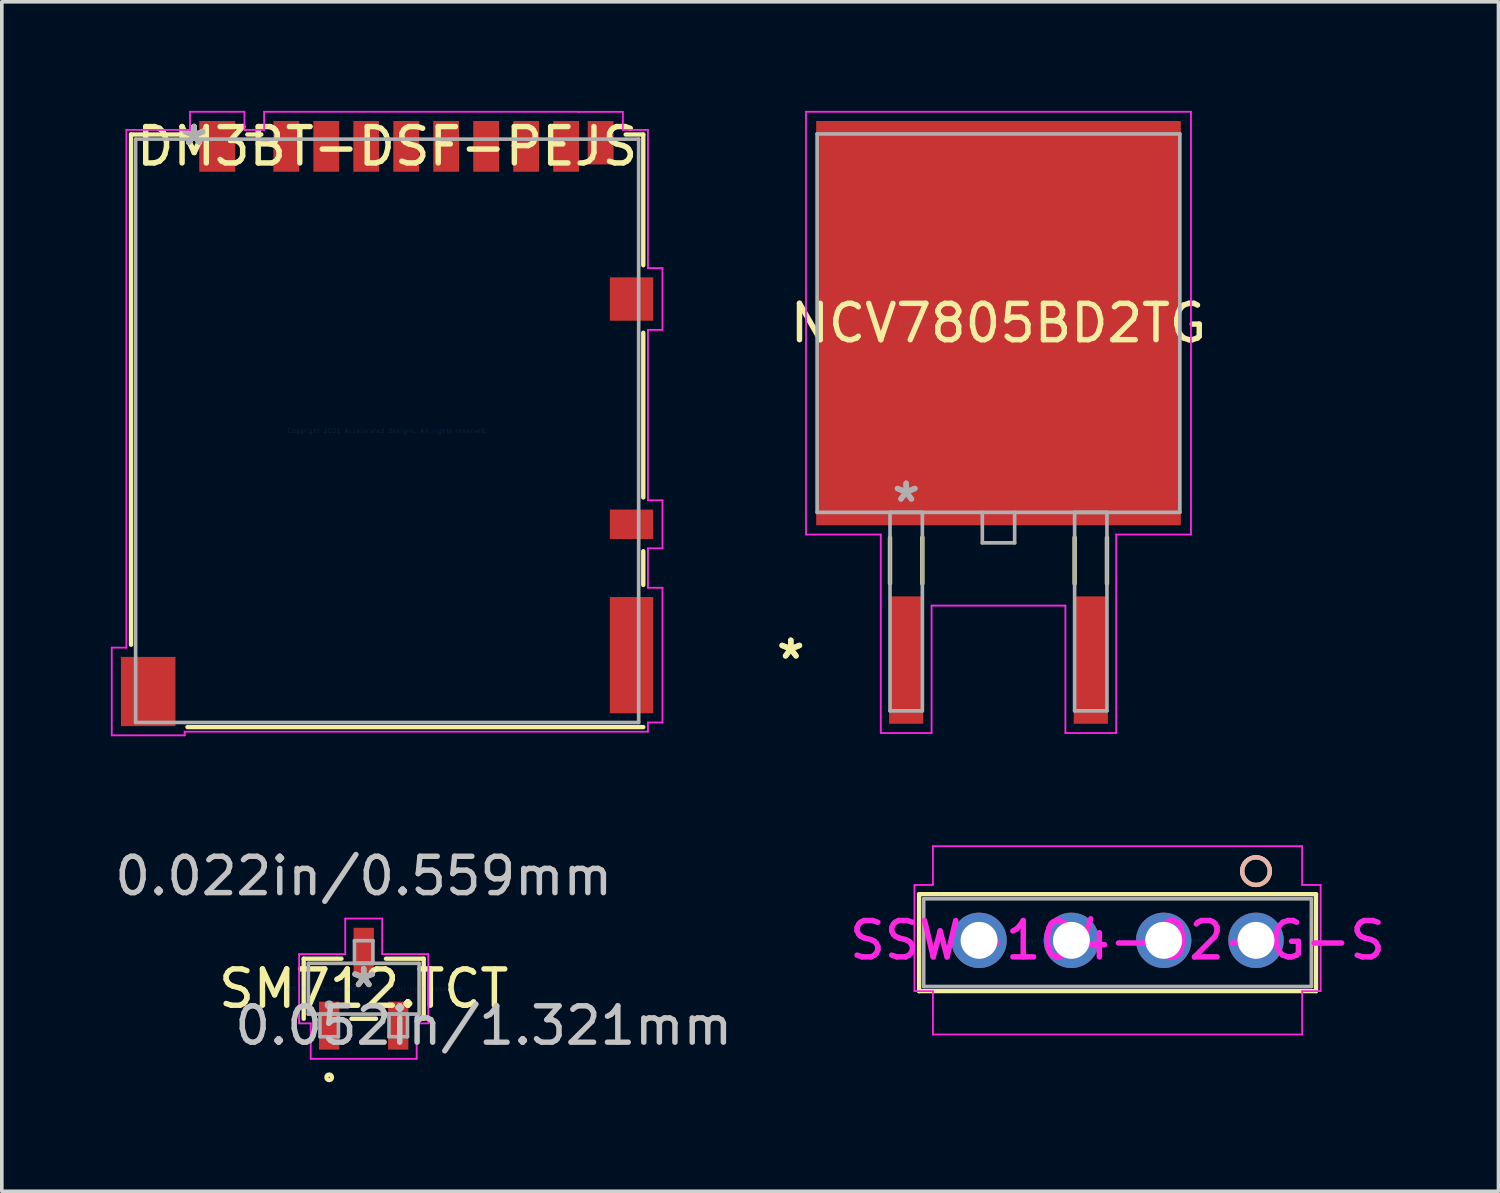
<source format=kicad_pcb>
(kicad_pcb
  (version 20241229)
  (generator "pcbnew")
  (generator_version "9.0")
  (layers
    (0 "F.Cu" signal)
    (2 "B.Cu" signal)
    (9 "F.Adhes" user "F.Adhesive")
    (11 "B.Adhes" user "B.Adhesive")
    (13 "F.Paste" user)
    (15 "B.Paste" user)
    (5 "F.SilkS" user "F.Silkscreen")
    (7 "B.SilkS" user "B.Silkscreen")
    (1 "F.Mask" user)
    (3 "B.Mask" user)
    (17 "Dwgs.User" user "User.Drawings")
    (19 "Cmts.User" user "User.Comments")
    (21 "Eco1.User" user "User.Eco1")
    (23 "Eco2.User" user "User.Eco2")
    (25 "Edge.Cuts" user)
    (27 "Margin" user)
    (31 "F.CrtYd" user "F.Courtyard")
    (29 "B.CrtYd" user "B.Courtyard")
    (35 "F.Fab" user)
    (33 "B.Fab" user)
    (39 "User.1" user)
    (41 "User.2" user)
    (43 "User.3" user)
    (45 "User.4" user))
  (footprint "SM712.TCT"
    (layer "F.Cu")
    (at 6.958 24.156)
    (property "Reference" "SM712.TCT" (at 0 0 0) (layer "F.SilkS") (effects (font (size 1 1) (thickness 0.15))))
    (attr through_hole)
    (fp_line (start -1.651 -0.826) (end -1.651 0.826) (stroke (width 0.12) (type solid)) (layer "F.SilkS"))
    (fp_line (start -0.612 -0.826) (end -1.651 -0.826) (stroke (width 0.12) (type solid)) (layer "F.SilkS"))
    (fp_line (start -0.338 0.826) (end 0.338 0.826) (stroke (width 0.12) (type solid)) (layer "F.SilkS"))
    (fp_line (start 1.651 -0.826) (end 0.612 -0.826) (stroke (width 0.12) (type solid)) (layer "F.SilkS"))
    (fp_line (start 1.651 0.826) (end 1.651 -0.826) (stroke (width 0.12) (type solid)) (layer "F.SilkS"))
    (fp_circle (center -0.95 2.438) (end -0.874 2.438) (stroke (width 0.12) (type solid)) (fill no) (layer "F.SilkS"))
    (fp_line (start -1.778 -0.953) (end -0.508 -0.953) (stroke (width 0.05) (type solid)) (layer "F.CrtYd"))
    (fp_line (start -1.778 0.953) (end -1.778 -0.953) (stroke (width 0.05) (type solid)) (layer "F.CrtYd"))
    (fp_line (start -1.458 0.953) (end -1.778 0.953) (stroke (width 0.05) (type solid)) (layer "F.CrtYd"))
    (fp_line (start -1.458 1.93) (end -1.458 0.953) (stroke (width 0.05) (type solid)) (layer "F.CrtYd"))
    (fp_line (start -0.508 -1.93) (end 0.508 -1.93) (stroke (width 0.05) (type solid)) (layer "F.CrtYd"))
    (fp_line (start -0.508 -0.953) (end -0.508 -1.93) (stroke (width 0.05) (type solid)) (layer "F.CrtYd"))
    (fp_line (start 0.508 -1.93) (end 0.508 -0.953) (stroke (width 0.05) (type solid)) (layer "F.CrtYd"))
    (fp_line (start 0.508 -0.953) (end 1.778 -0.953) (stroke (width 0.05) (type solid)) (layer "F.CrtYd"))
    (fp_line (start 1.458 0.953) (end 1.458 1.93) (stroke (width 0.05) (type solid)) (layer "F.CrtYd"))
    (fp_line (start 1.458 1.93) (end -1.458 1.93) (stroke (width 0.05) (type solid)) (layer "F.CrtYd"))
    (fp_line (start 1.778 -0.953) (end 1.778 0.953) (stroke (width 0.05) (type solid)) (layer "F.CrtYd"))
    (fp_line (start 1.778 0.953) (end 1.458 0.953) (stroke (width 0.05) (type solid)) (layer "F.CrtYd"))
    (fp_line (start -1.524 -0.699) (end -1.524 0.699) (stroke (width 0.1) (type solid)) (layer "F.Fab"))
    (fp_line (start -1.524 0.699) (end 1.524 0.699) (stroke (width 0.1) (type solid)) (layer "F.Fab"))
    (fp_line (start -1.204 0.699) (end -1.204 1.321) (stroke (width 0.1) (type solid)) (layer "F.Fab"))
    (fp_line (start -1.204 1.321) (end -0.696 1.321) (stroke (width 0.1) (type solid)) (layer "F.Fab"))
    (fp_line (start -0.696 0.699) (end -1.204 0.699) (stroke (width 0.1) (type solid)) (layer "F.Fab"))
    (fp_line (start -0.696 1.321) (end -0.696 0.699) (stroke (width 0.1) (type solid)) (layer "F.Fab"))
    (fp_line (start -0.254 -1.321) (end -0.254 -0.699) (stroke (width 0.1) (type solid)) (layer "F.Fab"))
    (fp_line (start -0.254 -0.699) (end 0.254 -0.699) (stroke (width 0.1) (type solid)) (layer "F.Fab"))
    (fp_line (start 0.254 -1.321) (end -0.254 -1.321) (stroke (width 0.1) (type solid)) (layer "F.Fab"))
    (fp_line (start 0.254 -0.699) (end 0.254 -1.321) (stroke (width 0.1) (type solid)) (layer "F.Fab"))
    (fp_line (start 0.696 0.699) (end 0.696 1.321) (stroke (width 0.1) (type solid)) (layer "F.Fab"))
    (fp_line (start 0.696 1.321) (end 1.204 1.321) (stroke (width 0.1) (type solid)) (layer "F.Fab"))
    (fp_line (start 1.204 0.699) (end 0.696 0.699) (stroke (width 0.1) (type solid)) (layer "F.Fab"))
    (fp_line (start 1.204 1.321) (end 1.204 0.699) (stroke (width 0.1) (type solid)) (layer "F.Fab"))
    (fp_line (start 1.524 -0.699) (end -1.524 -0.699) (stroke (width 0.1) (type solid)) (layer "F.Fab"))
    (fp_line (start 1.524 0.699) (end 1.524 -0.699) (stroke (width 0.1) (type solid)) (layer "F.Fab"))
    (fp_circle (center -0.95 0.445) (end -0.874 0.445) (stroke (width 0.1) (type solid)) (fill no) (layer "F.Fab"))
    (fp_text user "*" (at 0 0 0) (layer "F.SilkS") (effects (font (size 1 1) (thickness 0.15))))
    (fp_text user "0.022in/0.559mm" (at 0 -3.099 0) (layer "Dwgs.User") (effects (font (size 1 1) (thickness 0.15))))
    (fp_text user "0.052in/1.321mm" (at 3.302 1.016 0) (layer "Dwgs.User") (effects (font (size 1 1) (thickness 0.15))))
    (fp_text user "Copyright 2021 Accelerated Designs. All rights reserved." (at 0 0 0) (layer "Cmts.User") (effects (font (size 0.127 0.127) (thickness 0.002))))
    (fp_text user "*" (at 0 0 0) (layer "F.Fab") (effects (font (size 1 1) (thickness 0.15))))
    (pad "1" smd rect (at -0.95 1.016) (size 0.559 1.321) (layers "F.Cu" "F.Mask" "F.Paste"))
    (pad "2" smd rect (at 0.95 1.016) (size 0.559 1.321) (layers "F.Cu" "F.Mask" "F.Paste"))
    (pad "3" smd rect (at 0 -1.016) (size 0.559 1.321) (layers "F.Cu" "F.Mask" "F.Paste")))
  (footprint "SSW-104-02-G-S"
    (layer "F.Cu")
    (at 27.701 22.825)
    (property "Reference" "SSW-104-02-G-S" (at 0 0 0) (layer "F.CrtYd") (effects (font (size 1 1) (thickness 0.15))))
    (attr through_hole)
    (fp_line (start -5.461 -1.27) (end -5.461 1.397) (stroke (width 0.12) (type solid)) (layer "F.SilkS"))
    (fp_line (start -5.461 1.397) (end 5.461 1.397) (stroke (width 0.12) (type solid)) (layer "F.SilkS"))
    (fp_line (start 5.461 -1.27) (end -5.461 -1.27) (stroke (width 0.12) (type solid)) (layer "F.SilkS"))
    (fp_line (start 5.461 1.397) (end 5.461 -1.27) (stroke (width 0.12) (type solid)) (layer "F.SilkS"))
    (fp_circle (center 3.81 -1.905) (end 3.429 -1.905) (stroke (width 0.12) (type solid)) (fill no) (layer "F.SilkS"))
    (fp_circle (center 3.81 -1.905) (end 3.429 -1.905) (stroke (width 0.12) (type solid)) (fill no) (layer "B.SilkS"))
    (fp_line (start -5.588 -1.524) (end -5.588 1.397) (stroke (width 0.05) (type solid)) (layer "F.CrtYd"))
    (fp_line (start -5.588 1.397) (end -5.08 1.397) (stroke (width 0.05) (type solid)) (layer "F.CrtYd"))
    (fp_line (start -5.08 -2.591) (end -5.08 -1.524) (stroke (width 0.05) (type solid)) (layer "F.CrtYd"))
    (fp_line (start -5.08 -1.524) (end -5.588 -1.524) (stroke (width 0.05) (type solid)) (layer "F.CrtYd"))
    (fp_line (start -5.08 1.397) (end -5.08 2.591) (stroke (width 0.05) (type solid)) (layer "F.CrtYd"))
    (fp_line (start -5.08 2.591) (end 5.08 2.591) (stroke (width 0.05) (type solid)) (layer "F.CrtYd"))
    (fp_line (start 5.08 -2.591) (end -5.08 -2.591) (stroke (width 0.05) (type solid)) (layer "F.CrtYd"))
    (fp_line (start 5.08 -1.524) (end 5.08 -2.591) (stroke (width 0.05) (type solid)) (layer "F.CrtYd"))
    (fp_line (start 5.08 1.397) (end 5.588 1.397) (stroke (width 0.05) (type solid)) (layer "F.CrtYd"))
    (fp_line (start 5.08 2.591) (end 5.08 1.397) (stroke (width 0.05) (type solid)) (layer "F.CrtYd"))
    (fp_line (start 5.588 -1.524) (end 5.08 -1.524) (stroke (width 0.05) (type solid)) (layer "F.CrtYd"))
    (fp_line (start 5.588 1.397) (end 5.588 -1.524) (stroke (width 0.05) (type solid)) (layer "F.CrtYd"))
    (fp_line (start -5.334 -1.143) (end -5.334 1.27) (stroke (width 0.1) (type solid)) (layer "F.Fab"))
    (fp_line (start -5.334 1.27) (end 5.334 1.27) (stroke (width 0.1) (type solid)) (layer "F.Fab"))
    (fp_line (start 5.334 -1.143) (end -5.334 -1.143) (stroke (width 0.1) (type solid)) (layer "F.Fab"))
    (fp_line (start 5.334 1.27) (end 5.334 -1.143) (stroke (width 0.1) (type solid)) (layer "F.Fab"))
    (fp_circle (center 3.81 0) (end 3.556 0) (stroke (width 0.1) (type solid)) (fill no) (layer "F.Fab"))
    (fp_text user "Copyright 2021 Accelerated Designs. All rights reserved." (at 0 0 180) (layer "Cmts.User") (effects (font (size 0.127 0.127) (thickness 0.002))))
    (pad "1" thru_hole circle (at 3.81 0 270) (size 1.524 1.524) (drill 1.016) (layers "*.Cu" "*.Mask"))
    (pad "2" thru_hole circle (at 1.27 0 270) (size 1.524 1.524) (drill 1.016) (layers "*.Cu" "*.Mask"))
    (pad "3" thru_hole circle (at -1.27 0 270) (size 1.524 1.524) (drill 1.016) (layers "*.Cu" "*.Mask"))
    (pad "4" thru_hole circle (at -3.81 0 270) (size 1.524 1.524) (drill 1.016) (layers "*.Cu" "*.Mask")))
  (footprint "DM3BT-DSF-PEJS"
    (layer "F.Cu")
    (at 7.603 8.804)
    (property "Reference" "DM3BT-DSF-PEJS" (at 0 -7.826 0) (layer "F.SilkS") (effects (font (size 1 1) (thickness 0.15))))
    (attr through_hole)
    (fp_line (start -7.048 -8.153) (end -7.048 5.888) (stroke (width 0.12) (type solid)) (layer "F.SilkS"))
    (fp_line (start -5.503 -8.153) (end -7.048 -8.153) (stroke (width 0.12) (type solid)) (layer "F.SilkS"))
    (fp_line (start -5.494 8.153) (end 7.048 8.153) (stroke (width 0.12) (type solid)) (layer "F.SilkS"))
    (fp_line (start -3.463 -8.153) (end -3.847 -8.153) (stroke (width 0.12) (type solid)) (layer "F.SilkS"))
    (fp_line (start 7.048 -8.153) (end 6.563 -8.153) (stroke (width 0.12) (type solid)) (layer "F.SilkS"))
    (fp_line (start 7.048 -4.556) (end 7.048 -8.153) (stroke (width 0.12) (type solid)) (layer "F.SilkS"))
    (fp_line (start 7.048 1.834) (end 7.048 -2.697) (stroke (width 0.12) (type solid)) (layer "F.SilkS"))
    (fp_line (start 7.048 4.241) (end 7.048 3.313) (stroke (width 0.12) (type solid)) (layer "F.SilkS"))
    (fp_line (start -7.578 5.967) (end -7.578 8.38) (stroke (width 0.05) (type solid)) (layer "F.CrtYd"))
    (fp_line (start -7.578 8.38) (end -5.572 8.38) (stroke (width 0.05) (type solid)) (layer "F.CrtYd"))
    (fp_line (start -7.176 -8.28) (end -7.176 5.967) (stroke (width 0.05) (type solid)) (layer "F.CrtYd"))
    (fp_line (start -7.176 5.967) (end -7.578 5.967) (stroke (width 0.05) (type solid)) (layer "F.CrtYd"))
    (fp_line (start -5.572 8.28) (end 7.176 8.28) (stroke (width 0.05) (type solid)) (layer "F.CrtYd"))
    (fp_line (start -5.572 8.38) (end -5.572 8.28) (stroke (width 0.05) (type solid)) (layer "F.CrtYd"))
    (fp_line (start -5.424 -8.779) (end -5.424 -8.28) (stroke (width 0.05) (type solid)) (layer "F.CrtYd"))
    (fp_line (start -5.424 -8.28) (end -7.176 -8.28) (stroke (width 0.05) (type solid)) (layer "F.CrtYd"))
    (fp_line (start -3.926 -8.779) (end -5.424 -8.779) (stroke (width 0.05) (type solid)) (layer "F.CrtYd"))
    (fp_line (start -3.926 -8.28) (end -3.926 -8.779) (stroke (width 0.05) (type solid)) (layer "F.CrtYd"))
    (fp_line (start -3.385 -8.779) (end -3.385 -8.28) (stroke (width 0.05) (type solid)) (layer "F.CrtYd"))
    (fp_line (start -3.385 -8.28) (end -3.926 -8.28) (stroke (width 0.05) (type solid)) (layer "F.CrtYd"))
    (fp_line (start 5.265 -8.779) (end -3.385 -8.779) (stroke (width 0.05) (type solid)) (layer "F.CrtYd"))
    (fp_line (start 5.265 -8.777) (end 5.265 -8.779) (stroke (width 0.05) (type solid)) (layer "F.CrtYd"))
    (fp_line (start 6.485 -8.777) (end 5.265 -8.777) (stroke (width 0.05) (type solid)) (layer "F.CrtYd"))
    (fp_line (start 6.485 -8.28) (end 6.485 -8.777) (stroke (width 0.05) (type solid)) (layer "F.CrtYd"))
    (fp_line (start 7.176 -8.28) (end 6.485 -8.28) (stroke (width 0.05) (type solid)) (layer "F.CrtYd"))
    (fp_line (start 7.176 -4.477) (end 7.176 -8.28) (stroke (width 0.05) (type solid)) (layer "F.CrtYd"))
    (fp_line (start 7.176 -2.776) (end 7.576 -2.776) (stroke (width 0.05) (type solid)) (layer "F.CrtYd"))
    (fp_line (start 7.176 1.913) (end 7.176 -2.776) (stroke (width 0.05) (type solid)) (layer "F.CrtYd"))
    (fp_line (start 7.176 3.234) (end 7.576 3.234) (stroke (width 0.05) (type solid)) (layer "F.CrtYd"))
    (fp_line (start 7.176 4.319) (end 7.176 3.234) (stroke (width 0.05) (type solid)) (layer "F.CrtYd"))
    (fp_line (start 7.176 8.028) (end 7.576 8.028) (stroke (width 0.05) (type solid)) (layer "F.CrtYd"))
    (fp_line (start 7.176 8.28) (end 7.176 8.028) (stroke (width 0.05) (type solid)) (layer "F.CrtYd"))
    (fp_line (start 7.576 -4.477) (end 7.176 -4.477) (stroke (width 0.05) (type solid)) (layer "F.CrtYd"))
    (fp_line (start 7.576 -2.776) (end 7.576 -4.477) (stroke (width 0.05) (type solid)) (layer "F.CrtYd"))
    (fp_line (start 7.576 4.319) (end 7.176 4.319) (stroke (width 0.05) (type solid)) (layer "F.CrtYd"))
    (fp_line (start 7.576 8.028) (end 7.576 4.319) (stroke (width 0.05) (type solid)) (layer "F.CrtYd"))
    (fp_line (start 7.576 1.913) (end 7.176 1.913) (stroke (width 0.05) (type solid)) (layer "F.CrtYd"))
    (fp_line (start 7.576 3.234) (end 7.576 1.913) (stroke (width 0.05) (type solid)) (layer "F.CrtYd"))
    (fp_line (start -6.921 -8.026) (end -6.921 8.026) (stroke (width 0.1) (type solid)) (layer "F.Fab"))
    (fp_line (start -6.921 8.026) (end 6.921 8.026) (stroke (width 0.1) (type solid)) (layer "F.Fab"))
    (fp_line (start 0 -8.026) (end 0 -8.026) (stroke (width 0.1) (type solid)) (layer "F.Fab"))
    (fp_line (start 0 -8.026) (end 0 -8.026) (stroke (width 0.1) (type solid)) (layer "F.Fab"))
    (fp_line (start 0 -8.026) (end 0 -8.026) (stroke (width 0.1) (type solid)) (layer "F.Fab"))
    (fp_line (start 0 -8.026) (end 0 -8.026) (stroke (width 0.1) (type solid)) (layer "F.Fab"))
    (fp_line (start 6.921 -8.026) (end -6.921 -8.026) (stroke (width 0.1) (type solid)) (layer "F.Fab"))
    (fp_line (start 6.921 8.026) (end 6.921 -8.026) (stroke (width 0.1) (type solid)) (layer "F.Fab"))
    (fp_text user "*" (at -5.315 -7.826 0) (layer "F.SilkS") (effects (font (size 1 1) (thickness 0.15))))
    (fp_text user "*" (at -5.315 -7.826 0) (layer "F.SilkS") (effects (font (size 1 1) (thickness 0.15))))
    (fp_text user "Copyright 2021 Accelerated Designs. All rights reserved." (at 0 0 0) (layer "Cmts.User") (effects (font (size 0.127 0.127) (thickness 0.002))))
    (fp_text user "*" (at -5.315 -7.826 0) (layer "F.Fab") (effects (font (size 1 1) (thickness 0.15))))
    (fp_text user "*" (at -5.315 -7.826 0) (layer "F.Fab") (effects (font (size 1 1) (thickness 0.15))))
    (pad "1" smd rect (at -2.775 -7.826) (size 0.711 1.397) (layers "F.Cu" "F.Mask" "F.Paste"))
    (pad "2" smd rect (at -1.675 -7.826) (size 0.711 1.397) (layers "F.Cu" "F.Mask" "F.Paste"))
    (pad "3" smd rect (at -0.575 -7.826) (size 0.711 1.397) (layers "F.Cu" "F.Mask" "F.Paste"))
    (pad "4" smd rect (at 0.525 -7.826) (size 0.711 1.397) (layers "F.Cu" "F.Mask" "F.Paste"))
    (pad "5" smd rect (at 1.625 -7.826) (size 0.711 1.397) (layers "F.Cu" "F.Mask" "F.Paste"))
    (pad "6" smd rect (at 2.725 -7.826) (size 0.711 1.397) (layers "F.Cu" "F.Mask" "F.Paste"))
    (pad "7" smd rect (at 3.825 -7.826) (size 0.711 1.397) (layers "F.Cu" "F.Mask" "F.Paste"))
    (pad "8" smd rect (at 4.925 -7.826) (size 0.711 1.397) (layers "F.Cu" "F.Mask" "F.Paste"))
    (pad "9" smd rect (at 6.725 2.574) (size 1.194 0.813) (layers "F.Cu" "F.Mask" "F.Paste"))
    (pad "10" smd rect (at 5.875 -7.926) (size 0.711 1.194) (layers "F.Cu" "F.Mask" "F.Paste"))
    (pad "11" smd rect (at -4.675 -7.826) (size 0.991 1.397) (layers "F.Cu" "F.Mask" "F.Paste"))
    (pad "12" smd rect (at 6.725 -3.626) (size 1.194 1.194) (layers "F.Cu" "F.Mask" "F.Paste"))
    (pad "13" smd rect (at 6.725 6.174) (size 1.194 3.2) (layers "F.Cu" "F.Mask" "F.Paste"))
    (pad "14" smd rect (at -6.575 7.174) (size 1.499 1.905) (layers "F.Cu" "F.Mask" "F.Paste")))
  (footprint "NCV7805BD2TG"
    (layer "F.Cu")
    (at 24.425 5.842)
    (property "Reference" "NCV7805BD2TG" (at 0 0 0) (layer "F.SilkS") (effects (font (size 1 1) (thickness 0.15))))
    (attr through_hole)
    (fp_line (start -2.985 5.895) (end -2.985 7.163) (stroke (width 0.12) (type solid)) (layer "F.SilkS"))
    (fp_line (start -2.095 5.895) (end -2.095 7.163) (stroke (width 0.12) (type solid)) (layer "F.SilkS"))
    (fp_line (start 2.095 5.895) (end 2.095 7.163) (stroke (width 0.12) (type solid)) (layer "F.SilkS"))
    (fp_line (start 2.985 5.895) (end 2.985 7.163) (stroke (width 0.12) (type solid)) (layer "F.SilkS"))
    (fp_line (start -5.296 -5.817) (end 5.296 -5.817) (stroke (width 0.05) (type solid)) (layer "F.CrtYd"))
    (fp_line (start -5.296 5.817) (end -5.296 -5.817) (stroke (width 0.05) (type solid)) (layer "F.CrtYd"))
    (fp_line (start -3.239 5.817) (end -5.296 5.817) (stroke (width 0.05) (type solid)) (layer "F.CrtYd"))
    (fp_line (start -3.239 11.278) (end -3.239 5.817) (stroke (width 0.05) (type solid)) (layer "F.CrtYd"))
    (fp_line (start -1.841 7.772) (end -1.841 11.278) (stroke (width 0.05) (type solid)) (layer "F.CrtYd"))
    (fp_line (start -1.841 11.278) (end -3.239 11.278) (stroke (width 0.05) (type solid)) (layer "F.CrtYd"))
    (fp_line (start 1.841 7.772) (end -1.841 7.772) (stroke (width 0.05) (type solid)) (layer "F.CrtYd"))
    (fp_line (start 1.841 11.278) (end 1.841 7.772) (stroke (width 0.05) (type solid)) (layer "F.CrtYd"))
    (fp_line (start 3.239 5.817) (end 3.239 11.278) (stroke (width 0.05) (type solid)) (layer "F.CrtYd"))
    (fp_line (start 3.239 11.278) (end 1.841 11.278) (stroke (width 0.05) (type solid)) (layer "F.CrtYd"))
    (fp_line (start 5.296 -5.817) (end 5.296 5.817) (stroke (width 0.05) (type solid)) (layer "F.CrtYd"))
    (fp_line (start 5.296 5.817) (end 3.239 5.817) (stroke (width 0.05) (type solid)) (layer "F.CrtYd"))
    (fp_line (start -4.991 -5.207) (end -4.991 5.207) (stroke (width 0.1) (type solid)) (layer "F.Fab"))
    (fp_line (start -4.991 5.207) (end 4.991 5.207) (stroke (width 0.1) (type solid)) (layer "F.Fab"))
    (fp_line (start -2.985 5.207) (end -2.985 10.668) (stroke (width 0.1) (type solid)) (layer "F.Fab"))
    (fp_line (start -2.985 10.668) (end -2.095 10.668) (stroke (width 0.1) (type solid)) (layer "F.Fab"))
    (fp_line (start -2.095 5.207) (end -2.985 5.207) (stroke (width 0.1) (type solid)) (layer "F.Fab"))
    (fp_line (start -2.095 10.668) (end -2.095 5.207) (stroke (width 0.1) (type solid)) (layer "F.Fab"))
    (fp_line (start -0.445 5.207) (end -0.445 6.045) (stroke (width 0.1) (type solid)) (layer "F.Fab"))
    (fp_line (start -0.445 6.045) (end 0.445 6.045) (stroke (width 0.1) (type solid)) (layer "F.Fab"))
    (fp_line (start 0.445 6.045) (end 0.445 5.207) (stroke (width 0.1) (type solid)) (layer "F.Fab"))
    (fp_line (start 2.095 5.207) (end 2.095 10.668) (stroke (width 0.1) (type solid)) (layer "F.Fab"))
    (fp_line (start 2.095 10.668) (end 2.985 10.668) (stroke (width 0.1) (type solid)) (layer "F.Fab"))
    (fp_line (start 2.985 5.207) (end 2.095 5.207) (stroke (width 0.1) (type solid)) (layer "F.Fab"))
    (fp_line (start 2.985 10.668) (end 2.985 5.207) (stroke (width 0.1) (type solid)) (layer "F.Fab"))
    (fp_line (start 4.991 -5.207) (end -4.991 -5.207) (stroke (width 0.1) (type solid)) (layer "F.Fab"))
    (fp_line (start 4.991 5.207) (end 4.991 -5.207) (stroke (width 0.1) (type solid)) (layer "F.Fab"))
    (fp_text user "*" (at -5.715 9.271 0) (layer "F.SilkS") (effects (font (size 1 1) (thickness 0.15))))
    (fp_text user "*" (at -5.715 9.271 0) (layer "F.SilkS") (effects (font (size 1 1) (thickness 0.15))))
    (fp_text user "Copyright 2021 Accelerated Designs. All rights reserved." (at 0 0 0) (layer "Cmts.User") (effects (font (size 0.127 0.127) (thickness 0.002))))
    (fp_text user "*" (at -2.54 4.953 0) (layer "F.Fab") (effects (font (size 1 1) (thickness 0.15))))
    (fp_text user "*" (at -2.54 4.953 0) (layer "F.Fab") (effects (font (size 1 1) (thickness 0.15))))
    (pad "1" smd rect (at -2.54 9.271) (size 0.94 3.505) (layers "F.Cu" "F.Mask" "F.Paste"))
    (pad "3" smd rect (at 2.54 9.271) (size 0.94 3.505) (layers "F.Cu" "F.Mask" "F.Paste"))
    (pad "4" smd rect (at 0 0) (size 10.033 11.125) (layers "F.Cu" "F.Mask" "F.Paste")))
  (gr_rect
    (start -3 -3)
    (end 38.183 29.731)
    (stroke (width 0.1) (type default))
    (fill no)
    (layer "Edge.Cuts")))
</source>
